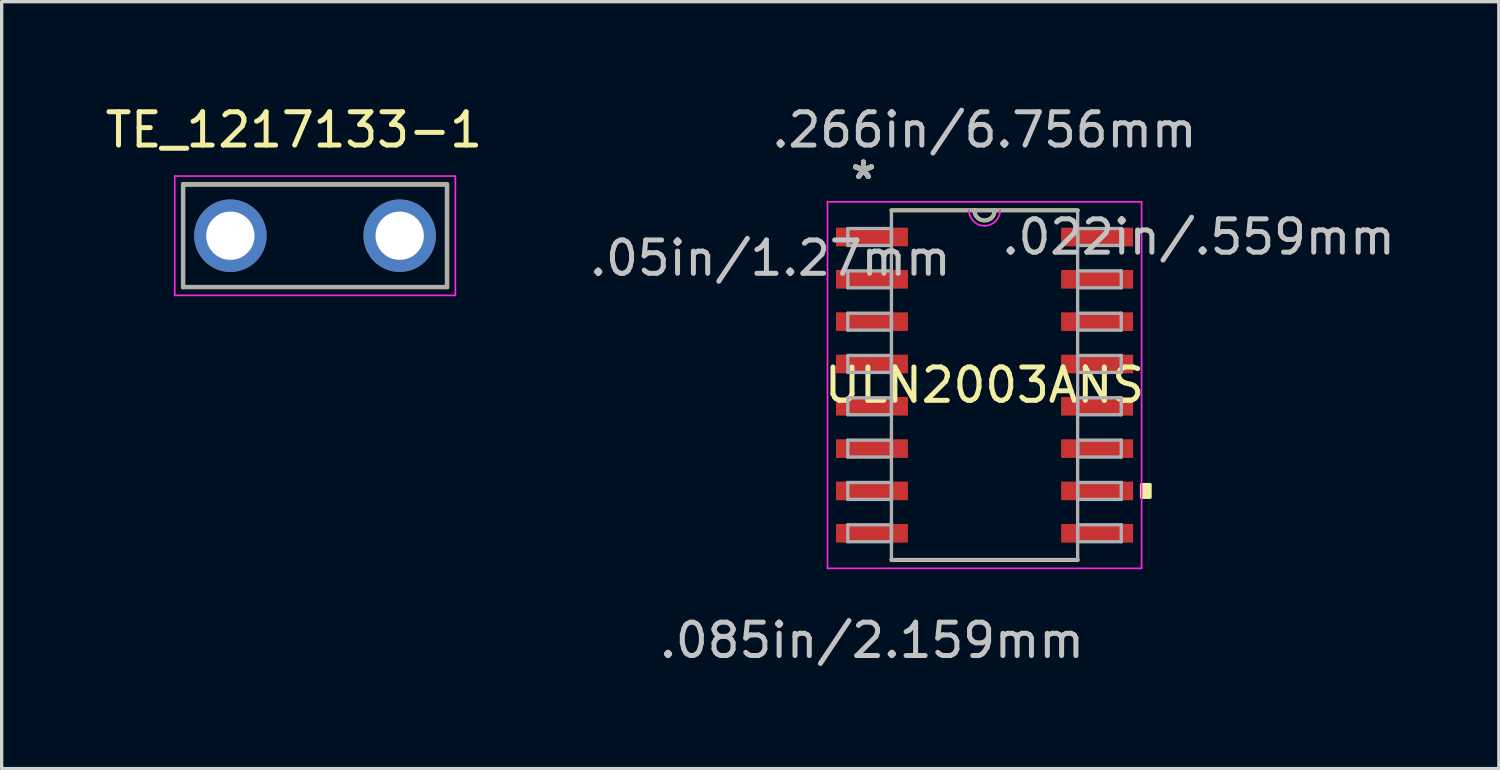
<source format=kicad_pcb>
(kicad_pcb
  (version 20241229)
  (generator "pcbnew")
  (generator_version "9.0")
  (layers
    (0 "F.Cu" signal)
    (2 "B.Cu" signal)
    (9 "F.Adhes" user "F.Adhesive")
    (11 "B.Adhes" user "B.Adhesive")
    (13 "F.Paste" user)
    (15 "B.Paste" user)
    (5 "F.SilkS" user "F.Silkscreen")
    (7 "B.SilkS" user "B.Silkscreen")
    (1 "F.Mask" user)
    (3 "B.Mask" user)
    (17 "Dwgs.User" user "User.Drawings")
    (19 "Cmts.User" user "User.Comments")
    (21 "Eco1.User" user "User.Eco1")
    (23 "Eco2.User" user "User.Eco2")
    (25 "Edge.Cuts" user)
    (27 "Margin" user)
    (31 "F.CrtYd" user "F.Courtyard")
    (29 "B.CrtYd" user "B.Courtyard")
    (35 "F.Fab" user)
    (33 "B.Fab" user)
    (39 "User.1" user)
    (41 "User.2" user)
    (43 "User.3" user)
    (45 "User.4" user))
  (footprint "TE_1217133-1"
    (layer "F.Cu")
    (at 6.403 4.023)
    (property "Reference" "TE_1217133-1" (at -0.635 -3.175 0) (layer "F.SilkS") (effects (font (size 1 1) (thickness 0.15))))
    (attr through_hole)
    (fp_line (start -3.96 -1.54) (end 3.96 -1.54) (stroke (width 0.127) (type solid)) (layer "F.SilkS"))
    (fp_line (start -3.96 1.54) (end -3.96 -1.54) (stroke (width 0.127) (type solid)) (layer "F.SilkS"))
    (fp_line (start 3.96 -1.54) (end 3.96 1.54) (stroke (width 0.127) (type solid)) (layer "F.SilkS"))
    (fp_line (start 3.96 1.54) (end -3.96 1.54) (stroke (width 0.127) (type solid)) (layer "F.SilkS"))
    (fp_line (start -4.21 -1.79) (end 4.21 -1.79) (stroke (width 0.05) (type solid)) (layer "F.CrtYd"))
    (fp_line (start -4.21 1.79) (end -4.21 -1.79) (stroke (width 0.05) (type solid)) (layer "F.CrtYd"))
    (fp_line (start 4.21 -1.79) (end 4.21 1.79) (stroke (width 0.05) (type solid)) (layer "F.CrtYd"))
    (fp_line (start 4.21 1.79) (end -4.21 1.79) (stroke (width 0.05) (type solid)) (layer "F.CrtYd"))
    (fp_line (start -3.96 -1.54) (end 3.96 -1.54) (stroke (width 0.127) (type solid)) (layer "F.Fab"))
    (fp_line (start -3.96 1.54) (end -3.96 -1.54) (stroke (width 0.127) (type solid)) (layer "F.Fab"))
    (fp_line (start 3.96 -1.54) (end 3.96 1.54) (stroke (width 0.127) (type solid)) (layer "F.Fab"))
    (fp_line (start 3.96 1.54) (end -3.96 1.54) (stroke (width 0.127) (type solid)) (layer "F.Fab"))
    (pad "1" thru_hole circle (at -2.54 0) (size 2.175 2.175) (drill 1.45) (layers "*.Cu" "*.Mask"))
    (pad "2" thru_hole circle (at 2.54 0) (size 2.175 2.175) (drill 1.45) (layers "*.Cu" "*.Mask")))
  (footprint "ULN2003ANS"
    (layer "F.Cu")
    (at 26.492 8.506)
    (property "Reference" "ULN2003ANS" (at 0 0 0) (layer "F.SilkS") (effects (font (size 1 1) (thickness 0.15))))
    (attr through_hole)
    (fp_line (start -2.794 5.245) (end 2.794 5.245) (stroke (width 0.12) (type solid)) (layer "F.SilkS"))
    (fp_line (start 2.794 -5.245) (end -2.794 -5.245) (stroke (width 0.12) (type solid)) (layer "F.SilkS"))
    (fp_arc (start 0.3048 -5.2451) (mid 0 -4.9403) (end -0.3048 -5.2451) (stroke (width 0.12) (type solid)) (layer "F.SilkS"))
    (fp_poly (pts (xy 4.966 2.985) (xy 4.966 3.365) (xy 4.712 3.365) (xy 4.712 2.985)) (stroke (width 0.1) (type solid)) (fill yes) (layer "F.SilkS"))
    (fp_line (start -4.712 -5.499) (end 4.712 -5.499) (stroke (width 0.05) (type solid)) (layer "F.CrtYd"))
    (fp_line (start -4.712 5.499) (end -4.712 -5.499) (stroke (width 0.05) (type solid)) (layer "F.CrtYd"))
    (fp_line (start 4.712 -5.499) (end 4.712 5.499) (stroke (width 0.05) (type solid)) (layer "F.CrtYd"))
    (fp_line (start 4.712 5.499) (end -4.712 5.499) (stroke (width 0.05) (type solid)) (layer "F.CrtYd"))
    (fp_arc (start 0.465667 -5.2451) (mid 0 -4.779433) (end -0.465667 -5.2451) (stroke (width 0.05) (type solid)) (layer "F.CrtYd"))
    (fp_line (start -4.102 -4.699) (end -4.102 -4.191) (stroke (width 0.1) (type solid)) (layer "F.Fab"))
    (fp_line (start -4.102 -4.191) (end -2.794 -4.191) (stroke (width 0.1) (type solid)) (layer "F.Fab"))
    (fp_line (start -4.102 -3.429) (end -4.102 -2.921) (stroke (width 0.1) (type solid)) (layer "F.Fab"))
    (fp_line (start -4.102 -2.921) (end -2.794 -2.921) (stroke (width 0.1) (type solid)) (layer "F.Fab"))
    (fp_line (start -4.102 -2.159) (end -4.102 -1.651) (stroke (width 0.1) (type solid)) (layer "F.Fab"))
    (fp_line (start -4.102 -1.651) (end -2.794 -1.651) (stroke (width 0.1) (type solid)) (layer "F.Fab"))
    (fp_line (start -4.102 -0.889) (end -4.102 -0.381) (stroke (width 0.1) (type solid)) (layer "F.Fab"))
    (fp_line (start -4.102 -0.381) (end -2.794 -0.381) (stroke (width 0.1) (type solid)) (layer "F.Fab"))
    (fp_line (start -4.102 0.381) (end -4.102 0.889) (stroke (width 0.1) (type solid)) (layer "F.Fab"))
    (fp_line (start -4.102 0.889) (end -2.794 0.889) (stroke (width 0.1) (type solid)) (layer "F.Fab"))
    (fp_line (start -4.102 1.651) (end -4.102 2.159) (stroke (width 0.1) (type solid)) (layer "F.Fab"))
    (fp_line (start -4.102 2.159) (end -2.794 2.159) (stroke (width 0.1) (type solid)) (layer "F.Fab"))
    (fp_line (start -4.102 2.921) (end -4.102 3.429) (stroke (width 0.1) (type solid)) (layer "F.Fab"))
    (fp_line (start -4.102 3.429) (end -2.794 3.429) (stroke (width 0.1) (type solid)) (layer "F.Fab"))
    (fp_line (start -4.102 4.191) (end -4.102 4.699) (stroke (width 0.1) (type solid)) (layer "F.Fab"))
    (fp_line (start -4.102 4.699) (end -2.794 4.699) (stroke (width 0.1) (type solid)) (layer "F.Fab"))
    (fp_line (start -2.794 -5.245) (end -2.794 5.245) (stroke (width 0.1) (type solid)) (layer "F.Fab"))
    (fp_line (start -2.794 -4.699) (end -4.102 -4.699) (stroke (width 0.1) (type solid)) (layer "F.Fab"))
    (fp_line (start -2.794 -4.191) (end -2.794 -4.699) (stroke (width 0.1) (type solid)) (layer "F.Fab"))
    (fp_line (start -2.794 -3.429) (end -4.102 -3.429) (stroke (width 0.1) (type solid)) (layer "F.Fab"))
    (fp_line (start -2.794 -2.921) (end -2.794 -3.429) (stroke (width 0.1) (type solid)) (layer "F.Fab"))
    (fp_line (start -2.794 -2.159) (end -4.102 -2.159) (stroke (width 0.1) (type solid)) (layer "F.Fab"))
    (fp_line (start -2.794 -1.651) (end -2.794 -2.159) (stroke (width 0.1) (type solid)) (layer "F.Fab"))
    (fp_line (start -2.794 -0.889) (end -4.102 -0.889) (stroke (width 0.1) (type solid)) (layer "F.Fab"))
    (fp_line (start -2.794 -0.381) (end -2.794 -0.889) (stroke (width 0.1) (type solid)) (layer "F.Fab"))
    (fp_line (start -2.794 0.381) (end -4.102 0.381) (stroke (width 0.1) (type solid)) (layer "F.Fab"))
    (fp_line (start -2.794 0.889) (end -2.794 0.381) (stroke (width 0.1) (type solid)) (layer "F.Fab"))
    (fp_line (start -2.794 1.651) (end -4.102 1.651) (stroke (width 0.1) (type solid)) (layer "F.Fab"))
    (fp_line (start -2.794 2.159) (end -2.794 1.651) (stroke (width 0.1) (type solid)) (layer "F.Fab"))
    (fp_line (start -2.794 2.921) (end -4.102 2.921) (stroke (width 0.1) (type solid)) (layer "F.Fab"))
    (fp_line (start -2.794 3.429) (end -2.794 2.921) (stroke (width 0.1) (type solid)) (layer "F.Fab"))
    (fp_line (start -2.794 4.191) (end -4.102 4.191) (stroke (width 0.1) (type solid)) (layer "F.Fab"))
    (fp_line (start -2.794 4.699) (end -2.794 4.191) (stroke (width 0.1) (type solid)) (layer "F.Fab"))
    (fp_line (start -2.794 5.245) (end 2.794 5.245) (stroke (width 0.1) (type solid)) (layer "F.Fab"))
    (fp_line (start 2.794 -5.245) (end -2.794 -5.245) (stroke (width 0.1) (type solid)) (layer "F.Fab"))
    (fp_line (start 2.794 -4.699) (end 2.794 -4.191) (stroke (width 0.1) (type solid)) (layer "F.Fab"))
    (fp_line (start 2.794 -4.191) (end 4.102 -4.191) (stroke (width 0.1) (type solid)) (layer "F.Fab"))
    (fp_line (start 2.794 -3.429) (end 2.794 -2.921) (stroke (width 0.1) (type solid)) (layer "F.Fab"))
    (fp_line (start 2.794 -2.921) (end 4.102 -2.921) (stroke (width 0.1) (type solid)) (layer "F.Fab"))
    (fp_line (start 2.794 -2.159) (end 2.794 -1.651) (stroke (width 0.1) (type solid)) (layer "F.Fab"))
    (fp_line (start 2.794 -1.651) (end 4.102 -1.651) (stroke (width 0.1) (type solid)) (layer "F.Fab"))
    (fp_line (start 2.794 -0.889) (end 2.794 -0.381) (stroke (width 0.1) (type solid)) (layer "F.Fab"))
    (fp_line (start 2.794 -0.381) (end 4.102 -0.381) (stroke (width 0.1) (type solid)) (layer "F.Fab"))
    (fp_line (start 2.794 0.381) (end 2.794 0.889) (stroke (width 0.1) (type solid)) (layer "F.Fab"))
    (fp_line (start 2.794 0.889) (end 4.102 0.889) (stroke (width 0.1) (type solid)) (layer "F.Fab"))
    (fp_line (start 2.794 1.651) (end 2.794 2.159) (stroke (width 0.1) (type solid)) (layer "F.Fab"))
    (fp_line (start 2.794 2.159) (end 4.102 2.159) (stroke (width 0.1) (type solid)) (layer "F.Fab"))
    (fp_line (start 2.794 2.921) (end 2.794 3.429) (stroke (width 0.1) (type solid)) (layer "F.Fab"))
    (fp_line (start 2.794 3.429) (end 4.102 3.429) (stroke (width 0.1) (type solid)) (layer "F.Fab"))
    (fp_line (start 2.794 4.191) (end 2.794 4.699) (stroke (width 0.1) (type solid)) (layer "F.Fab"))
    (fp_line (start 2.794 4.699) (end 4.102 4.699) (stroke (width 0.1) (type solid)) (layer "F.Fab"))
    (fp_line (start 2.794 5.245) (end 2.794 -5.245) (stroke (width 0.1) (type solid)) (layer "F.Fab"))
    (fp_line (start 4.102 -4.699) (end 2.794 -4.699) (stroke (width 0.1) (type solid)) (layer "F.Fab"))
    (fp_line (start 4.102 -4.191) (end 4.102 -4.699) (stroke (width 0.1) (type solid)) (layer "F.Fab"))
    (fp_line (start 4.102 -3.429) (end 2.794 -3.429) (stroke (width 0.1) (type solid)) (layer "F.Fab"))
    (fp_line (start 4.102 -2.921) (end 4.102 -3.429) (stroke (width 0.1) (type solid)) (layer "F.Fab"))
    (fp_line (start 4.102 -2.159) (end 2.794 -2.159) (stroke (width 0.1) (type solid)) (layer "F.Fab"))
    (fp_line (start 4.102 -1.651) (end 4.102 -2.159) (stroke (width 0.1) (type solid)) (layer "F.Fab"))
    (fp_line (start 4.102 -0.889) (end 2.794 -0.889) (stroke (width 0.1) (type solid)) (layer "F.Fab"))
    (fp_line (start 4.102 -0.381) (end 4.102 -0.889) (stroke (width 0.1) (type solid)) (layer "F.Fab"))
    (fp_line (start 4.102 0.381) (end 2.794 0.381) (stroke (width 0.1) (type solid)) (layer "F.Fab"))
    (fp_line (start 4.102 0.889) (end 4.102 0.381) (stroke (width 0.1) (type solid)) (layer "F.Fab"))
    (fp_line (start 4.102 1.651) (end 2.794 1.651) (stroke (width 0.1) (type solid)) (layer "F.Fab"))
    (fp_line (start 4.102 2.159) (end 4.102 1.651) (stroke (width 0.1) (type solid)) (layer "F.Fab"))
    (fp_line (start 4.102 2.921) (end 2.794 2.921) (stroke (width 0.1) (type solid)) (layer "F.Fab"))
    (fp_line (start 4.102 3.429) (end 4.102 2.921) (stroke (width 0.1) (type solid)) (layer "F.Fab"))
    (fp_line (start 4.102 4.191) (end 2.794 4.191) (stroke (width 0.1) (type solid)) (layer "F.Fab"))
    (fp_line (start 4.102 4.699) (end 4.102 4.191) (stroke (width 0.1) (type solid)) (layer "F.Fab"))
    (fp_arc (start 0.3048 -5.2451) (mid 0 -4.9403) (end -0.3048 -5.2451) (stroke (width 0.1) (type solid)) (layer "F.Fab"))
    (fp_text user "*" (at -3.632 -6.147 0) (layer "F.SilkS") (effects (font (size 1 1) (thickness 0.15))))
    (fp_text user "*" (at -3.632 -6.147 0) (layer "F.SilkS") (effects (font (size 1 1) (thickness 0.15))))
    (fp_text user ".266in/6.756mm" (at 0 -7.658 0) (layer "Dwgs.User") (effects (font (size 1 1) (thickness 0.15))))
    (fp_text user ".05in/1.27mm" (at -6.426 -3.81 0) (layer "Dwgs.User") (effects (font (size 1 1) (thickness 0.15))))
    (fp_text user ".085in/2.159mm" (at -3.378 7.658 0) (layer "Dwgs.User") (effects (font (size 1 1) (thickness 0.15))))
    (fp_text user ".022in/.559mm" (at 6.426 -4.445 0) (layer "Dwgs.User") (effects (font (size 1 1) (thickness 0.15))))
    (fp_text user "Copyright 2021 Accelerated Designs. All rights reserved." (at 0 0 0) (layer "Cmts.User") (effects (font (size 0.127 0.127) (thickness 0.002))))
    (fp_text user "*" (at -3.632 -6.147 0) (layer "F.Fab") (effects (font (size 1 1) (thickness 0.15))))
    (fp_text user "*" (at -3.632 -6.147 0) (layer "F.Fab") (effects (font (size 1 1) (thickness 0.15))))
    (pad "1" smd rect (at -3.378 -4.445) (size 2.159 0.559) (layers "F.Cu" "F.Mask" "F.Paste"))
    (pad "2" smd rect (at -3.378 -3.175) (size 2.159 0.559) (layers "F.Cu" "F.Mask" "F.Paste"))
    (pad "3" smd rect (at -3.378 -1.905) (size 2.159 0.559) (layers "F.Cu" "F.Mask" "F.Paste"))
    (pad "4" smd rect (at -3.378 -0.635) (size 2.159 0.559) (layers "F.Cu" "F.Mask" "F.Paste"))
    (pad "5" smd rect (at -3.378 0.635) (size 2.159 0.559) (layers "F.Cu" "F.Mask" "F.Paste"))
    (pad "6" smd rect (at -3.378 1.905) (size 2.159 0.559) (layers "F.Cu" "F.Mask" "F.Paste"))
    (pad "7" smd rect (at -3.378 3.175) (size 2.159 0.559) (layers "F.Cu" "F.Mask" "F.Paste"))
    (pad "8" smd rect (at -3.378 4.445) (size 2.159 0.559) (layers "F.Cu" "F.Mask" "F.Paste"))
    (pad "9" smd rect (at 3.378 4.445) (size 2.159 0.559) (layers "F.Cu" "F.Mask" "F.Paste"))
    (pad "10" smd rect (at 3.378 3.175) (size 2.159 0.559) (layers "F.Cu" "F.Mask" "F.Paste"))
    (pad "11" smd rect (at 3.378 1.905) (size 2.159 0.559) (layers "F.Cu" "F.Mask" "F.Paste"))
    (pad "12" smd rect (at 3.378 0.635) (size 2.159 0.559) (layers "F.Cu" "F.Mask" "F.Paste"))
    (pad "13" smd rect (at 3.378 -0.635) (size 2.159 0.559) (layers "F.Cu" "F.Mask" "F.Paste"))
    (pad "14" smd rect (at 3.378 -1.905) (size 2.159 0.559) (layers "F.Cu" "F.Mask" "F.Paste"))
    (pad "15" smd rect (at 3.378 -3.175) (size 2.159 0.559) (layers "F.Cu" "F.Mask" "F.Paste"))
    (pad "16" smd rect (at 3.378 -4.445) (size 2.159 0.559) (layers "F.Cu" "F.Mask" "F.Paste")))
  (gr_rect
    (start -3 -3)
    (end 41.924 20.013)
    (stroke (width 0.1) (type default))
    (fill no)
    (layer "Edge.Cuts")))
</source>
